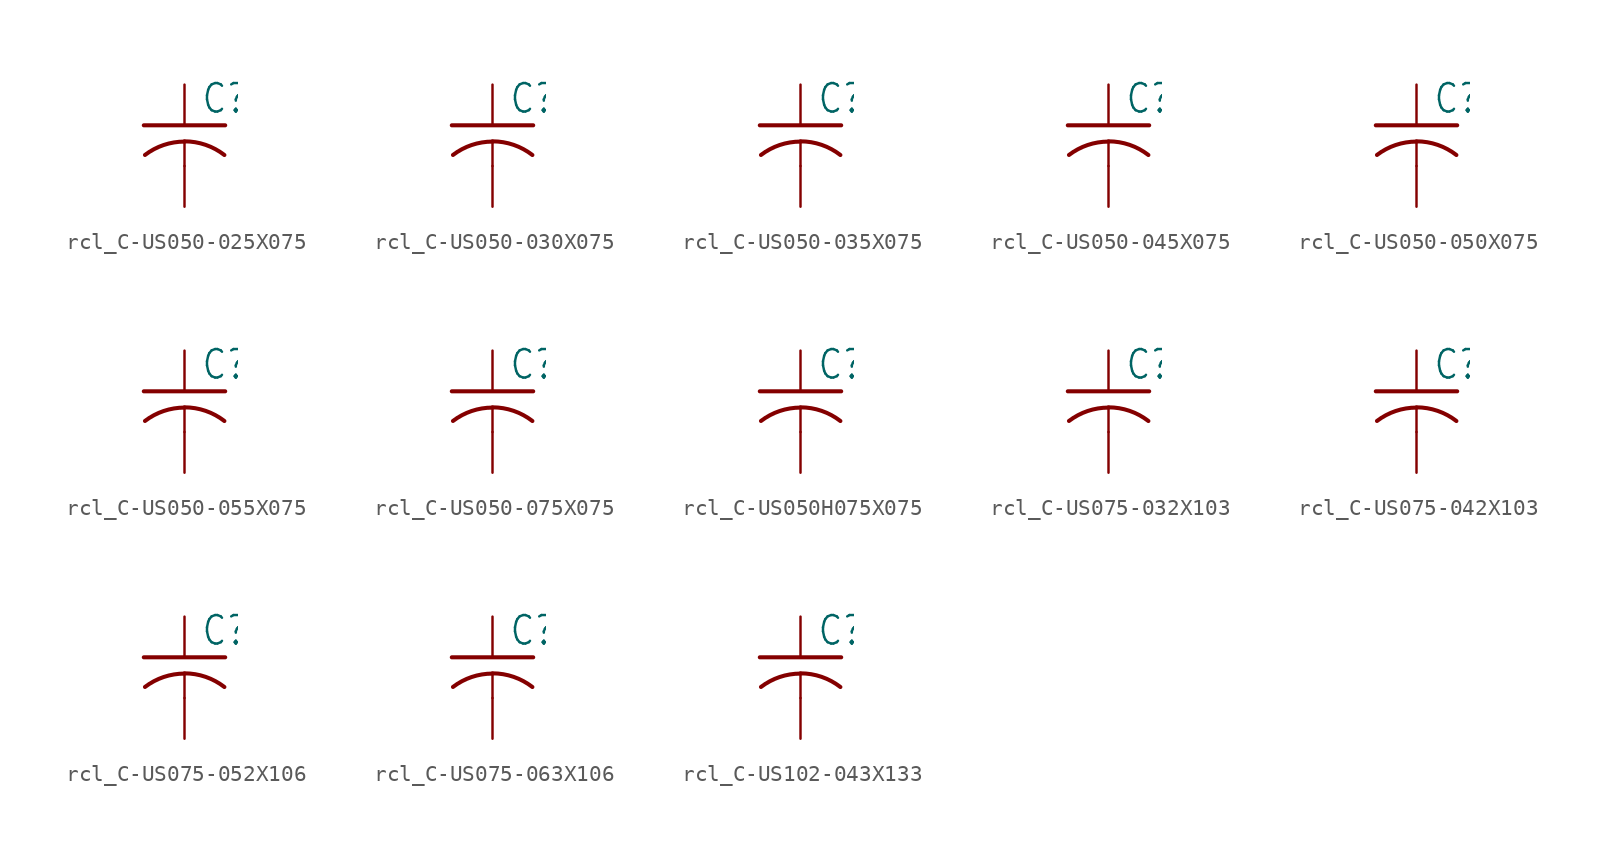
<source format=kicad_sym>
(kicad_symbol_lib
  (version 20231120)
  (generator "kicad_symbol_editor")
  (generator_version "8.0")
  (symbol "rcl_C-US050-025X075"
    (property "Reference" "C"
      (at 1.016 0.635 0)
      (effects (font (size 1.778 1.511)) (justify left bottom)))
    (property "Value" ""
      (at 1.016 -4.191 0)
      (effects (font (size 1.778 1.511)) (justify left bottom)))
    (property "ki_locked" ""
      (at 0 0 0)
      (effects (font (size 1.27 1.27))))
    (symbol "rcl_C-US050-025X075_1_0"
      (arc (start 0 -1.0161) (mid -1.302 -1.2303) (end -2.4668 -1.8504) (stroke (width 0.254) (type solid)) (fill (type none)))
      (polyline (pts (xy -2.54 0) (xy 2.54 0)) (stroke (width 0.254) (type solid)) (fill (type none)))
      (polyline (pts (xy 0 -1.016) (xy 0 -2.54)) (stroke (width 0.152) (type solid)) (fill (type none)))
      (arc (start 2.4892 -1.8541) (mid 1.3158 -1.2194) (end 0 -1) (stroke (width 0.254) (type solid)) (fill (type none)))
      (pin passive line (at 0 2.54 270) (length 2.54) (name "1" (effects (font (size 0 0)))) (number "1" (effects (font (size 0 0)))))
      (pin passive line (at 0 -5.08 90) (length 2.54) (name "2" (effects (font (size 0 0)))) (number "2" (effects (font (size 0 0)))))))
  (symbol "rcl_C-US050-030X075"
    (property "Reference" "C"
      (at 1.016 0.635 0)
      (effects (font (size 1.778 1.511)) (justify left bottom)))
    (property "Value" ""
      (at 1.016 -4.191 0)
      (effects (font (size 1.778 1.511)) (justify left bottom)))
    (property "ki_locked" ""
      (at 0 0 0)
      (effects (font (size 1.27 1.27))))
    (symbol "rcl_C-US050-030X075_1_0"
      (arc (start 0 -1.0161) (mid -1.302 -1.2303) (end -2.4668 -1.8504) (stroke (width 0.254) (type solid)) (fill (type none)))
      (polyline (pts (xy -2.54 0) (xy 2.54 0)) (stroke (width 0.254) (type solid)) (fill (type none)))
      (polyline (pts (xy 0 -1.016) (xy 0 -2.54)) (stroke (width 0.152) (type solid)) (fill (type none)))
      (arc (start 2.4892 -1.8541) (mid 1.3158 -1.2194) (end 0 -1) (stroke (width 0.254) (type solid)) (fill (type none)))
      (pin passive line (at 0 2.54 270) (length 2.54) (name "1" (effects (font (size 0 0)))) (number "1" (effects (font (size 0 0)))))
      (pin passive line (at 0 -5.08 90) (length 2.54) (name "2" (effects (font (size 0 0)))) (number "2" (effects (font (size 0 0)))))))
  (symbol "rcl_C-US050-035X075"
    (property "Reference" "C"
      (at 1.016 0.635 0)
      (effects (font (size 1.778 1.511)) (justify left bottom)))
    (property "Value" ""
      (at 1.016 -4.191 0)
      (effects (font (size 1.778 1.511)) (justify left bottom)))
    (property "ki_locked" ""
      (at 0 0 0)
      (effects (font (size 1.27 1.27))))
    (symbol "rcl_C-US050-035X075_1_0"
      (arc (start 0 -1.0161) (mid -1.302 -1.2303) (end -2.4668 -1.8504) (stroke (width 0.254) (type solid)) (fill (type none)))
      (polyline (pts (xy -2.54 0) (xy 2.54 0)) (stroke (width 0.254) (type solid)) (fill (type none)))
      (polyline (pts (xy 0 -1.016) (xy 0 -2.54)) (stroke (width 0.152) (type solid)) (fill (type none)))
      (arc (start 2.4892 -1.8541) (mid 1.3158 -1.2194) (end 0 -1) (stroke (width 0.254) (type solid)) (fill (type none)))
      (pin passive line (at 0 2.54 270) (length 2.54) (name "1" (effects (font (size 0 0)))) (number "1" (effects (font (size 0 0)))))
      (pin passive line (at 0 -5.08 90) (length 2.54) (name "2" (effects (font (size 0 0)))) (number "2" (effects (font (size 0 0)))))))
  (symbol "rcl_C-US050-045X075"
    (property "Reference" "C"
      (at 1.016 0.635 0)
      (effects (font (size 1.778 1.511)) (justify left bottom)))
    (property "Value" ""
      (at 1.016 -4.191 0)
      (effects (font (size 1.778 1.511)) (justify left bottom)))
    (property "ki_locked" ""
      (at 0 0 0)
      (effects (font (size 1.27 1.27))))
    (symbol "rcl_C-US050-045X075_1_0"
      (arc (start 0 -1.0161) (mid -1.302 -1.2303) (end -2.4668 -1.8504) (stroke (width 0.254) (type solid)) (fill (type none)))
      (polyline (pts (xy -2.54 0) (xy 2.54 0)) (stroke (width 0.254) (type solid)) (fill (type none)))
      (polyline (pts (xy 0 -1.016) (xy 0 -2.54)) (stroke (width 0.152) (type solid)) (fill (type none)))
      (arc (start 2.4892 -1.8541) (mid 1.3158 -1.2194) (end 0 -1) (stroke (width 0.254) (type solid)) (fill (type none)))
      (pin passive line (at 0 2.54 270) (length 2.54) (name "1" (effects (font (size 0 0)))) (number "1" (effects (font (size 0 0)))))
      (pin passive line (at 0 -5.08 90) (length 2.54) (name "2" (effects (font (size 0 0)))) (number "2" (effects (font (size 0 0)))))))
  (symbol "rcl_C-US050-050X075"
    (property "Reference" "C"
      (at 1.016 0.635 0)
      (effects (font (size 1.778 1.511)) (justify left bottom)))
    (property "Value" ""
      (at 1.016 -4.191 0)
      (effects (font (size 1.778 1.511)) (justify left bottom)))
    (property "ki_locked" ""
      (at 0 0 0)
      (effects (font (size 1.27 1.27))))
    (symbol "rcl_C-US050-050X075_1_0"
      (arc (start 0 -1.0161) (mid -1.302 -1.2303) (end -2.4668 -1.8504) (stroke (width 0.254) (type solid)) (fill (type none)))
      (polyline (pts (xy -2.54 0) (xy 2.54 0)) (stroke (width 0.254) (type solid)) (fill (type none)))
      (polyline (pts (xy 0 -1.016) (xy 0 -2.54)) (stroke (width 0.152) (type solid)) (fill (type none)))
      (arc (start 2.4892 -1.8541) (mid 1.3158 -1.2194) (end 0 -1) (stroke (width 0.254) (type solid)) (fill (type none)))
      (pin passive line (at 0 2.54 270) (length 2.54) (name "1" (effects (font (size 0 0)))) (number "1" (effects (font (size 0 0)))))
      (pin passive line (at 0 -5.08 90) (length 2.54) (name "2" (effects (font (size 0 0)))) (number "2" (effects (font (size 0 0)))))))
  (symbol "rcl_C-US050-055X075"
    (property "Reference" "C"
      (at 1.016 0.635 0)
      (effects (font (size 1.778 1.511)) (justify left bottom)))
    (property "Value" ""
      (at 1.016 -4.191 0)
      (effects (font (size 1.778 1.511)) (justify left bottom)))
    (property "ki_locked" ""
      (at 0 0 0)
      (effects (font (size 1.27 1.27))))
    (symbol "rcl_C-US050-055X075_1_0"
      (arc (start 0 -1.0161) (mid -1.302 -1.2303) (end -2.4668 -1.8504) (stroke (width 0.254) (type solid)) (fill (type none)))
      (polyline (pts (xy -2.54 0) (xy 2.54 0)) (stroke (width 0.254) (type solid)) (fill (type none)))
      (polyline (pts (xy 0 -1.016) (xy 0 -2.54)) (stroke (width 0.152) (type solid)) (fill (type none)))
      (arc (start 2.4892 -1.8541) (mid 1.3158 -1.2194) (end 0 -1) (stroke (width 0.254) (type solid)) (fill (type none)))
      (pin passive line (at 0 2.54 270) (length 2.54) (name "1" (effects (font (size 0 0)))) (number "1" (effects (font (size 0 0)))))
      (pin passive line (at 0 -5.08 90) (length 2.54) (name "2" (effects (font (size 0 0)))) (number "2" (effects (font (size 0 0)))))))
  (symbol "rcl_C-US050-075X075"
    (property "Reference" "C"
      (at 1.016 0.635 0)
      (effects (font (size 1.778 1.511)) (justify left bottom)))
    (property "Value" ""
      (at 1.016 -4.191 0)
      (effects (font (size 1.778 1.511)) (justify left bottom)))
    (property "ki_locked" ""
      (at 0 0 0)
      (effects (font (size 1.27 1.27))))
    (symbol "rcl_C-US050-075X075_1_0"
      (arc (start 0 -1.0161) (mid -1.302 -1.2303) (end -2.4668 -1.8504) (stroke (width 0.254) (type solid)) (fill (type none)))
      (polyline (pts (xy -2.54 0) (xy 2.54 0)) (stroke (width 0.254) (type solid)) (fill (type none)))
      (polyline (pts (xy 0 -1.016) (xy 0 -2.54)) (stroke (width 0.152) (type solid)) (fill (type none)))
      (arc (start 2.4892 -1.8541) (mid 1.3158 -1.2194) (end 0 -1) (stroke (width 0.254) (type solid)) (fill (type none)))
      (pin passive line (at 0 2.54 270) (length 2.54) (name "1" (effects (font (size 0 0)))) (number "1" (effects (font (size 0 0)))))
      (pin passive line (at 0 -5.08 90) (length 2.54) (name "2" (effects (font (size 0 0)))) (number "2" (effects (font (size 0 0)))))))
  (symbol "rcl_C-US050H075X075"
    (property "Reference" "C"
      (at 1.016 0.635 0)
      (effects (font (size 1.778 1.511)) (justify left bottom)))
    (property "Value" ""
      (at 1.016 -4.191 0)
      (effects (font (size 1.778 1.511)) (justify left bottom)))
    (property "ki_locked" ""
      (at 0 0 0)
      (effects (font (size 1.27 1.27))))
    (symbol "rcl_C-US050H075X075_1_0"
      (arc (start 0 -1.0161) (mid -1.302 -1.2303) (end -2.4668 -1.8504) (stroke (width 0.254) (type solid)) (fill (type none)))
      (polyline (pts (xy -2.54 0) (xy 2.54 0)) (stroke (width 0.254) (type solid)) (fill (type none)))
      (polyline (pts (xy 0 -1.016) (xy 0 -2.54)) (stroke (width 0.152) (type solid)) (fill (type none)))
      (arc (start 2.4892 -1.8541) (mid 1.3158 -1.2194) (end 0 -1) (stroke (width 0.254) (type solid)) (fill (type none)))
      (pin passive line (at 0 2.54 270) (length 2.54) (name "1" (effects (font (size 0 0)))) (number "1" (effects (font (size 0 0)))))
      (pin passive line (at 0 -5.08 90) (length 2.54) (name "2" (effects (font (size 0 0)))) (number "2" (effects (font (size 0 0)))))))
  (symbol "rcl_C-US075-032X103"
    (property "Reference" "C"
      (at 1.016 0.635 0)
      (effects (font (size 1.778 1.511)) (justify left bottom)))
    (property "Value" ""
      (at 1.016 -4.191 0)
      (effects (font (size 1.778 1.511)) (justify left bottom)))
    (property "ki_locked" ""
      (at 0 0 0)
      (effects (font (size 1.27 1.27))))
    (symbol "rcl_C-US075-032X103_1_0"
      (arc (start 0 -1.0161) (mid -1.302 -1.2303) (end -2.4668 -1.8504) (stroke (width 0.254) (type solid)) (fill (type none)))
      (polyline (pts (xy -2.54 0) (xy 2.54 0)) (stroke (width 0.254) (type solid)) (fill (type none)))
      (polyline (pts (xy 0 -1.016) (xy 0 -2.54)) (stroke (width 0.152) (type solid)) (fill (type none)))
      (arc (start 2.4892 -1.8541) (mid 1.3158 -1.2194) (end 0 -1) (stroke (width 0.254) (type solid)) (fill (type none)))
      (pin passive line (at 0 2.54 270) (length 2.54) (name "1" (effects (font (size 0 0)))) (number "1" (effects (font (size 0 0)))))
      (pin passive line (at 0 -5.08 90) (length 2.54) (name "2" (effects (font (size 0 0)))) (number "2" (effects (font (size 0 0)))))))
  (symbol "rcl_C-US075-042X103"
    (property "Reference" "C"
      (at 1.016 0.635 0)
      (effects (font (size 1.778 1.511)) (justify left bottom)))
    (property "Value" ""
      (at 1.016 -4.191 0)
      (effects (font (size 1.778 1.511)) (justify left bottom)))
    (property "ki_locked" ""
      (at 0 0 0)
      (effects (font (size 1.27 1.27))))
    (symbol "rcl_C-US075-042X103_1_0"
      (arc (start 0 -1.0161) (mid -1.302 -1.2303) (end -2.4668 -1.8504) (stroke (width 0.254) (type solid)) (fill (type none)))
      (polyline (pts (xy -2.54 0) (xy 2.54 0)) (stroke (width 0.254) (type solid)) (fill (type none)))
      (polyline (pts (xy 0 -1.016) (xy 0 -2.54)) (stroke (width 0.152) (type solid)) (fill (type none)))
      (arc (start 2.4892 -1.8541) (mid 1.3158 -1.2194) (end 0 -1) (stroke (width 0.254) (type solid)) (fill (type none)))
      (pin passive line (at 0 2.54 270) (length 2.54) (name "1" (effects (font (size 0 0)))) (number "1" (effects (font (size 0 0)))))
      (pin passive line (at 0 -5.08 90) (length 2.54) (name "2" (effects (font (size 0 0)))) (number "2" (effects (font (size 0 0)))))))
  (symbol "rcl_C-US075-052X106"
    (property "Reference" "C"
      (at 1.016 0.635 0)
      (effects (font (size 1.778 1.511)) (justify left bottom)))
    (property "Value" ""
      (at 1.016 -4.191 0)
      (effects (font (size 1.778 1.511)) (justify left bottom)))
    (property "ki_locked" ""
      (at 0 0 0)
      (effects (font (size 1.27 1.27))))
    (symbol "rcl_C-US075-052X106_1_0"
      (arc (start 0 -1.0161) (mid -1.302 -1.2303) (end -2.4668 -1.8504) (stroke (width 0.254) (type solid)) (fill (type none)))
      (polyline (pts (xy -2.54 0) (xy 2.54 0)) (stroke (width 0.254) (type solid)) (fill (type none)))
      (polyline (pts (xy 0 -1.016) (xy 0 -2.54)) (stroke (width 0.152) (type solid)) (fill (type none)))
      (arc (start 2.4892 -1.8541) (mid 1.3158 -1.2194) (end 0 -1) (stroke (width 0.254) (type solid)) (fill (type none)))
      (pin passive line (at 0 2.54 270) (length 2.54) (name "1" (effects (font (size 0 0)))) (number "1" (effects (font (size 0 0)))))
      (pin passive line (at 0 -5.08 90) (length 2.54) (name "2" (effects (font (size 0 0)))) (number "2" (effects (font (size 0 0)))))))
  (symbol "rcl_C-US075-063X106"
    (property "Reference" "C"
      (at 1.016 0.635 0)
      (effects (font (size 1.778 1.511)) (justify left bottom)))
    (property "Value" ""
      (at 1.016 -4.191 0)
      (effects (font (size 1.778 1.511)) (justify left bottom)))
    (property "ki_locked" ""
      (at 0 0 0)
      (effects (font (size 1.27 1.27))))
    (symbol "rcl_C-US075-063X106_1_0"
      (arc (start 0 -1.0161) (mid -1.302 -1.2303) (end -2.4668 -1.8504) (stroke (width 0.254) (type solid)) (fill (type none)))
      (polyline (pts (xy -2.54 0) (xy 2.54 0)) (stroke (width 0.254) (type solid)) (fill (type none)))
      (polyline (pts (xy 0 -1.016) (xy 0 -2.54)) (stroke (width 0.152) (type solid)) (fill (type none)))
      (arc (start 2.4892 -1.8541) (mid 1.3158 -1.2194) (end 0 -1) (stroke (width 0.254) (type solid)) (fill (type none)))
      (pin passive line (at 0 2.54 270) (length 2.54) (name "1" (effects (font (size 0 0)))) (number "1" (effects (font (size 0 0)))))
      (pin passive line (at 0 -5.08 90) (length 2.54) (name "2" (effects (font (size 0 0)))) (number "2" (effects (font (size 0 0)))))))
  (symbol "rcl_C-US102-043X133"
    (property "Reference" "C"
      (at 1.016 0.635 0)
      (effects (font (size 1.778 1.511)) (justify left bottom)))
    (property "Value" ""
      (at 1.016 -4.191 0)
      (effects (font (size 1.778 1.511)) (justify left bottom)))
    (property "ki_locked" ""
      (at 0 0 0)
      (effects (font (size 1.27 1.27))))
    (symbol "rcl_C-US102-043X133_1_0"
      (arc (start 0 -1.0161) (mid -1.302 -1.2303) (end -2.4668 -1.8504) (stroke (width 0.254) (type solid)) (fill (type none)))
      (polyline (pts (xy -2.54 0) (xy 2.54 0)) (stroke (width 0.254) (type solid)) (fill (type none)))
      (polyline (pts (xy 0 -1.016) (xy 0 -2.54)) (stroke (width 0.152) (type solid)) (fill (type none)))
      (arc (start 2.4892 -1.8541) (mid 1.3158 -1.2194) (end 0 -1) (stroke (width 0.254) (type solid)) (fill (type none)))
      (pin passive line (at 0 2.54 270) (length 2.54) (name "1" (effects (font (size 0 0)))) (number "1" (effects (font (size 0 0)))))
      (pin passive line (at 0 -5.08 90) (length 2.54) (name "2" (effects (font (size 0 0)))) (number "2" (effects (font (size 0 0))))))))
</source>
